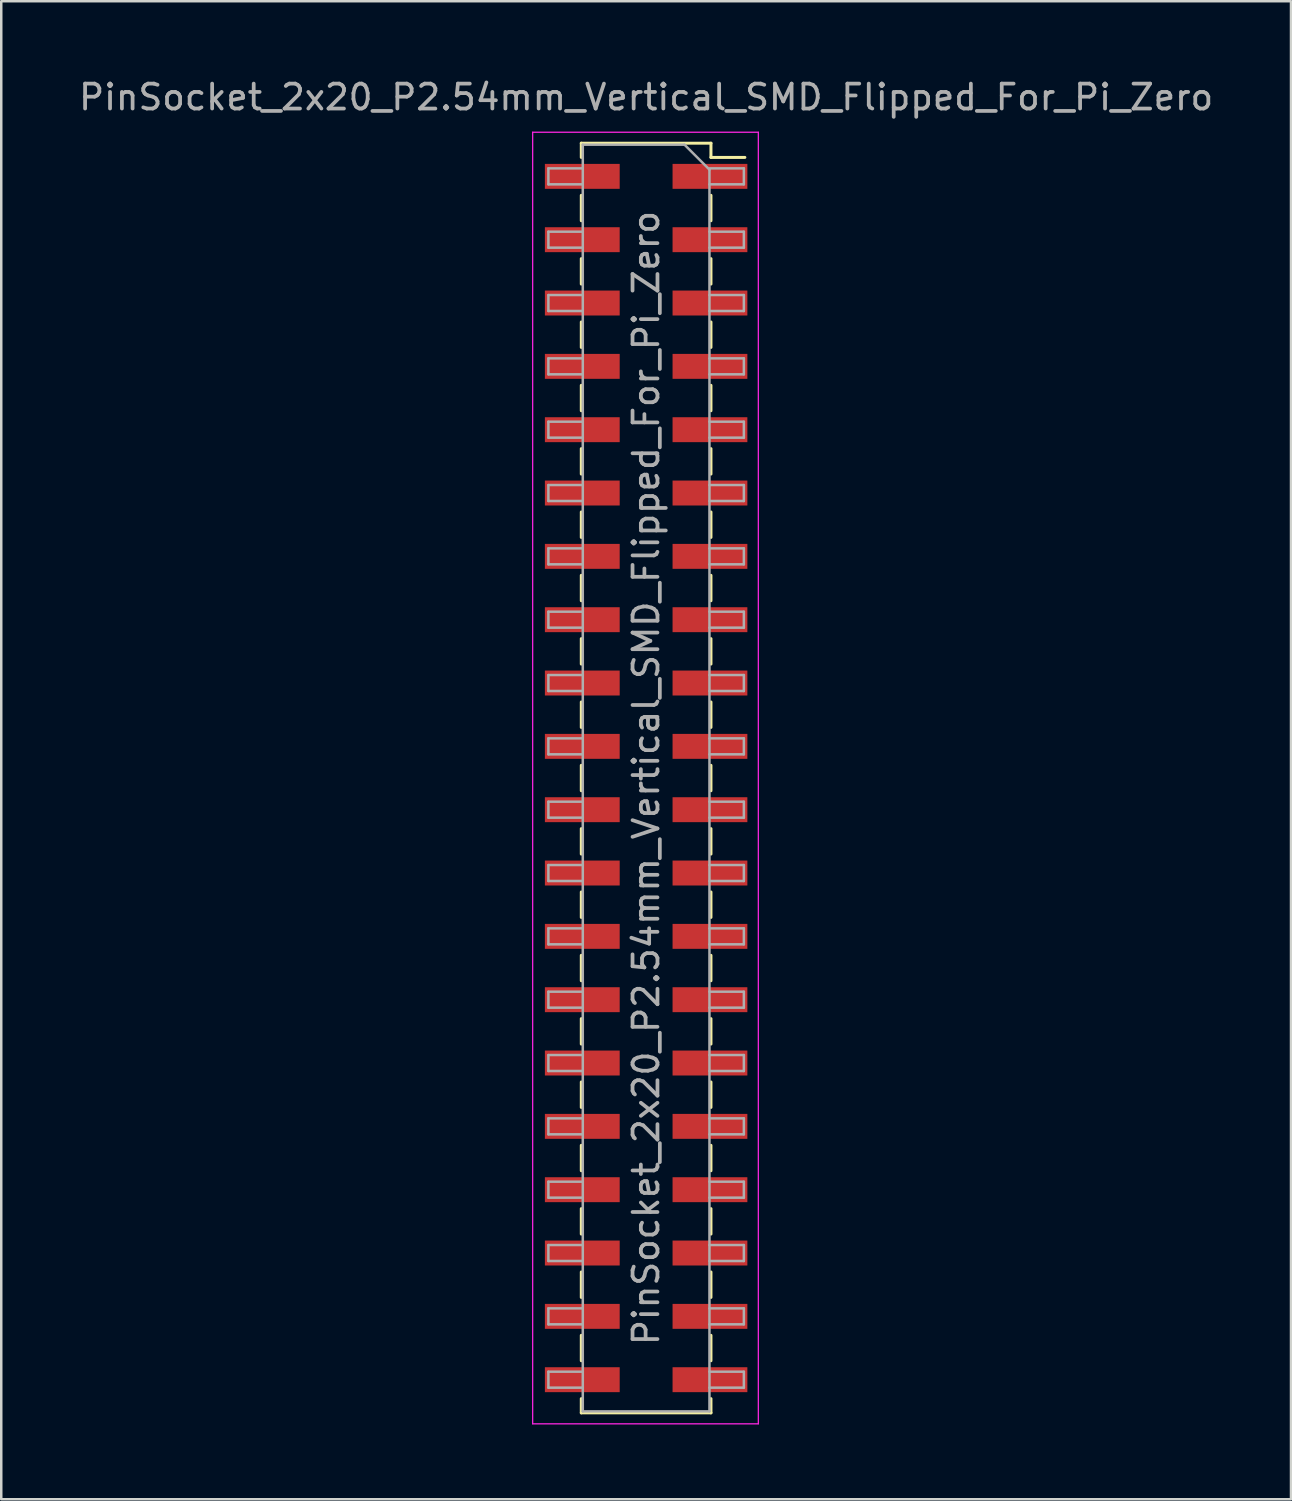
<source format=kicad_pcb>
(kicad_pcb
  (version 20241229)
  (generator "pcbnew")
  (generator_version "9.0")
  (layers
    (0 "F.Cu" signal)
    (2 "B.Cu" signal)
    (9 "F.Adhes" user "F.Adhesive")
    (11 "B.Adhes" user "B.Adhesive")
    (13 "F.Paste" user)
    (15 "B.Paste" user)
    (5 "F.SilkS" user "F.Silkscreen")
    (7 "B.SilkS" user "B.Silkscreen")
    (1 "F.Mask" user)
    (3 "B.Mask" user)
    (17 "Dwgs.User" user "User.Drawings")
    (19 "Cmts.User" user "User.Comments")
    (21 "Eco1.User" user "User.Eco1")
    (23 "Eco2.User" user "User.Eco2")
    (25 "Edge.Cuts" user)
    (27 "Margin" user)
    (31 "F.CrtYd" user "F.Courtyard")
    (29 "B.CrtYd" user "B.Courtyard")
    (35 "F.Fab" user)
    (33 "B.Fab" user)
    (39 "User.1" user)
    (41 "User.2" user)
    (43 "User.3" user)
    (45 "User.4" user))
  (footprint "PinSocket_2x20_P2.54mm_Vertical_SMD_Flipped_For_Pi_Zero"
    (layer "F.Cu")
    (at 22.863 28.153)
    (property "Reference" "PinSocket_2x20_P2.54mm_Vertical_SMD_Flipped_For_Pi_Zero" (at 0 -27.305 0) (layer "F.Fab") (effects (font (size 1 1) (thickness 0.15))))
    (attr smd)
    (fp_line (start -2.6 -25.46) (end -2.6 -24.89) (stroke (width 0.12) (type solid)) (layer "F.SilkS"))
    (fp_line (start -2.6 -25.46) (end 2.6 -25.46) (stroke (width 0.12) (type solid)) (layer "F.SilkS"))
    (fp_line (start -2.6 -23.37) (end -2.6 -22.35) (stroke (width 0.12) (type solid)) (layer "F.SilkS"))
    (fp_line (start -2.6 -20.83) (end -2.6 -19.81) (stroke (width 0.12) (type solid)) (layer "F.SilkS"))
    (fp_line (start -2.6 -18.29) (end -2.6 -17.27) (stroke (width 0.12) (type solid)) (layer "F.SilkS"))
    (fp_line (start -2.6 -15.75) (end -2.6 -14.73) (stroke (width 0.12) (type solid)) (layer "F.SilkS"))
    (fp_line (start -2.6 -13.21) (end -2.6 -12.19) (stroke (width 0.12) (type solid)) (layer "F.SilkS"))
    (fp_line (start -2.6 -10.67) (end -2.6 -9.65) (stroke (width 0.12) (type solid)) (layer "F.SilkS"))
    (fp_line (start -2.6 -8.13) (end -2.6 -7.11) (stroke (width 0.12) (type solid)) (layer "F.SilkS"))
    (fp_line (start -2.6 -5.59) (end -2.6 -4.57) (stroke (width 0.12) (type solid)) (layer "F.SilkS"))
    (fp_line (start -2.6 -3.05) (end -2.6 -2.03) (stroke (width 0.12) (type solid)) (layer "F.SilkS"))
    (fp_line (start -2.6 -0.51) (end -2.6 0.51) (stroke (width 0.12) (type solid)) (layer "F.SilkS"))
    (fp_line (start -2.6 2.03) (end -2.6 3.05) (stroke (width 0.12) (type solid)) (layer "F.SilkS"))
    (fp_line (start -2.6 4.57) (end -2.6 5.59) (stroke (width 0.12) (type solid)) (layer "F.SilkS"))
    (fp_line (start -2.6 7.11) (end -2.6 8.13) (stroke (width 0.12) (type solid)) (layer "F.SilkS"))
    (fp_line (start -2.6 9.65) (end -2.6 10.67) (stroke (width 0.12) (type solid)) (layer "F.SilkS"))
    (fp_line (start -2.6 12.19) (end -2.6 13.21) (stroke (width 0.12) (type solid)) (layer "F.SilkS"))
    (fp_line (start -2.6 14.73) (end -2.6 15.75) (stroke (width 0.12) (type solid)) (layer "F.SilkS"))
    (fp_line (start -2.6 17.27) (end -2.6 18.29) (stroke (width 0.12) (type solid)) (layer "F.SilkS"))
    (fp_line (start -2.6 19.81) (end -2.6 20.83) (stroke (width 0.12) (type solid)) (layer "F.SilkS"))
    (fp_line (start -2.6 22.35) (end -2.6 23.37) (stroke (width 0.12) (type solid)) (layer "F.SilkS"))
    (fp_line (start -2.6 24.89) (end -2.6 25.46) (stroke (width 0.12) (type solid)) (layer "F.SilkS"))
    (fp_line (start -2.6 25.46) (end 2.6 25.46) (stroke (width 0.12) (type solid)) (layer "F.SilkS"))
    (fp_line (start 2.6 -25.46) (end 2.6 -24.89) (stroke (width 0.12) (type solid)) (layer "F.SilkS"))
    (fp_line (start 2.6 -24.89) (end 3.96 -24.89) (stroke (width 0.12) (type solid)) (layer "F.SilkS"))
    (fp_line (start 2.6 -23.37) (end 2.6 -22.35) (stroke (width 0.12) (type solid)) (layer "F.SilkS"))
    (fp_line (start 2.6 -20.83) (end 2.6 -19.81) (stroke (width 0.12) (type solid)) (layer "F.SilkS"))
    (fp_line (start 2.6 -18.29) (end 2.6 -17.27) (stroke (width 0.12) (type solid)) (layer "F.SilkS"))
    (fp_line (start 2.6 -15.75) (end 2.6 -14.73) (stroke (width 0.12) (type solid)) (layer "F.SilkS"))
    (fp_line (start 2.6 -13.21) (end 2.6 -12.19) (stroke (width 0.12) (type solid)) (layer "F.SilkS"))
    (fp_line (start 2.6 -10.67) (end 2.6 -9.65) (stroke (width 0.12) (type solid)) (layer "F.SilkS"))
    (fp_line (start 2.6 -8.13) (end 2.6 -7.11) (stroke (width 0.12) (type solid)) (layer "F.SilkS"))
    (fp_line (start 2.6 -5.59) (end 2.6 -4.57) (stroke (width 0.12) (type solid)) (layer "F.SilkS"))
    (fp_line (start 2.6 -3.05) (end 2.6 -2.03) (stroke (width 0.12) (type solid)) (layer "F.SilkS"))
    (fp_line (start 2.6 -0.51) (end 2.6 0.51) (stroke (width 0.12) (type solid)) (layer "F.SilkS"))
    (fp_line (start 2.6 2.03) (end 2.6 3.05) (stroke (width 0.12) (type solid)) (layer "F.SilkS"))
    (fp_line (start 2.6 4.57) (end 2.6 5.59) (stroke (width 0.12) (type solid)) (layer "F.SilkS"))
    (fp_line (start 2.6 7.11) (end 2.6 8.13) (stroke (width 0.12) (type solid)) (layer "F.SilkS"))
    (fp_line (start 2.6 9.65) (end 2.6 10.67) (stroke (width 0.12) (type solid)) (layer "F.SilkS"))
    (fp_line (start 2.6 12.19) (end 2.6 13.21) (stroke (width 0.12) (type solid)) (layer "F.SilkS"))
    (fp_line (start 2.6 14.73) (end 2.6 15.75) (stroke (width 0.12) (type solid)) (layer "F.SilkS"))
    (fp_line (start 2.6 17.27) (end 2.6 18.29) (stroke (width 0.12) (type solid)) (layer "F.SilkS"))
    (fp_line (start 2.6 19.81) (end 2.6 20.83) (stroke (width 0.12) (type solid)) (layer "F.SilkS"))
    (fp_line (start 2.6 22.35) (end 2.6 23.37) (stroke (width 0.12) (type solid)) (layer "F.SilkS"))
    (fp_line (start 2.6 24.89) (end 2.6 25.46) (stroke (width 0.12) (type solid)) (layer "F.SilkS"))
    (fp_line (start -4.55 -25.9) (end 4.5 -25.9) (stroke (width 0.05) (type solid)) (layer "F.CrtYd"))
    (fp_line (start -4.55 25.9) (end -4.55 -25.9) (stroke (width 0.05) (type solid)) (layer "F.CrtYd"))
    (fp_line (start 4.5 -25.9) (end 4.5 25.9) (stroke (width 0.05) (type solid)) (layer "F.CrtYd"))
    (fp_line (start 4.5 25.9) (end -4.55 25.9) (stroke (width 0.05) (type solid)) (layer "F.CrtYd"))
    (fp_line (start -3.92 -24.45) (end -2.54 -24.45) (stroke (width 0.1) (type solid)) (layer "F.Fab"))
    (fp_line (start -3.92 -23.81) (end -3.92 -24.45) (stroke (width 0.1) (type solid)) (layer "F.Fab"))
    (fp_line (start -3.92 -21.91) (end -2.54 -21.91) (stroke (width 0.1) (type solid)) (layer "F.Fab"))
    (fp_line (start -3.92 -21.27) (end -3.92 -21.91) (stroke (width 0.1) (type solid)) (layer "F.Fab"))
    (fp_line (start -3.92 -19.37) (end -2.54 -19.37) (stroke (width 0.1) (type solid)) (layer "F.Fab"))
    (fp_line (start -3.92 -18.73) (end -3.92 -19.37) (stroke (width 0.1) (type solid)) (layer "F.Fab"))
    (fp_line (start -3.92 -16.83) (end -2.54 -16.83) (stroke (width 0.1) (type solid)) (layer "F.Fab"))
    (fp_line (start -3.92 -16.19) (end -3.92 -16.83) (stroke (width 0.1) (type solid)) (layer "F.Fab"))
    (fp_line (start -3.92 -14.29) (end -2.54 -14.29) (stroke (width 0.1) (type solid)) (layer "F.Fab"))
    (fp_line (start -3.92 -13.65) (end -3.92 -14.29) (stroke (width 0.1) (type solid)) (layer "F.Fab"))
    (fp_line (start -3.92 -11.75) (end -2.54 -11.75) (stroke (width 0.1) (type solid)) (layer "F.Fab"))
    (fp_line (start -3.92 -11.11) (end -3.92 -11.75) (stroke (width 0.1) (type solid)) (layer "F.Fab"))
    (fp_line (start -3.92 -9.21) (end -2.54 -9.21) (stroke (width 0.1) (type solid)) (layer "F.Fab"))
    (fp_line (start -3.92 -8.57) (end -3.92 -9.21) (stroke (width 0.1) (type solid)) (layer "F.Fab"))
    (fp_line (start -3.92 -6.67) (end -2.54 -6.67) (stroke (width 0.1) (type solid)) (layer "F.Fab"))
    (fp_line (start -3.92 -6.03) (end -3.92 -6.67) (stroke (width 0.1) (type solid)) (layer "F.Fab"))
    (fp_line (start -3.92 -4.13) (end -2.54 -4.13) (stroke (width 0.1) (type solid)) (layer "F.Fab"))
    (fp_line (start -3.92 -3.49) (end -3.92 -4.13) (stroke (width 0.1) (type solid)) (layer "F.Fab"))
    (fp_line (start -3.92 -1.59) (end -2.54 -1.59) (stroke (width 0.1) (type solid)) (layer "F.Fab"))
    (fp_line (start -3.92 -0.95) (end -3.92 -1.59) (stroke (width 0.1) (type solid)) (layer "F.Fab"))
    (fp_line (start -3.92 0.95) (end -2.54 0.95) (stroke (width 0.1) (type solid)) (layer "F.Fab"))
    (fp_line (start -3.92 1.59) (end -3.92 0.95) (stroke (width 0.1) (type solid)) (layer "F.Fab"))
    (fp_line (start -3.92 3.49) (end -2.54 3.49) (stroke (width 0.1) (type solid)) (layer "F.Fab"))
    (fp_line (start -3.92 4.13) (end -3.92 3.49) (stroke (width 0.1) (type solid)) (layer "F.Fab"))
    (fp_line (start -3.92 6.03) (end -2.54 6.03) (stroke (width 0.1) (type solid)) (layer "F.Fab"))
    (fp_line (start -3.92 6.67) (end -3.92 6.03) (stroke (width 0.1) (type solid)) (layer "F.Fab"))
    (fp_line (start -3.92 8.57) (end -2.54 8.57) (stroke (width 0.1) (type solid)) (layer "F.Fab"))
    (fp_line (start -3.92 9.21) (end -3.92 8.57) (stroke (width 0.1) (type solid)) (layer "F.Fab"))
    (fp_line (start -3.92 11.11) (end -2.54 11.11) (stroke (width 0.1) (type solid)) (layer "F.Fab"))
    (fp_line (start -3.92 11.75) (end -3.92 11.11) (stroke (width 0.1) (type solid)) (layer "F.Fab"))
    (fp_line (start -3.92 13.65) (end -2.54 13.65) (stroke (width 0.1) (type solid)) (layer "F.Fab"))
    (fp_line (start -3.92 14.29) (end -3.92 13.65) (stroke (width 0.1) (type solid)) (layer "F.Fab"))
    (fp_line (start -3.92 16.19) (end -2.54 16.19) (stroke (width 0.1) (type solid)) (layer "F.Fab"))
    (fp_line (start -3.92 16.83) (end -3.92 16.19) (stroke (width 0.1) (type solid)) (layer "F.Fab"))
    (fp_line (start -3.92 18.73) (end -2.54 18.73) (stroke (width 0.1) (type solid)) (layer "F.Fab"))
    (fp_line (start -3.92 19.37) (end -3.92 18.73) (stroke (width 0.1) (type solid)) (layer "F.Fab"))
    (fp_line (start -3.92 21.27) (end -2.54 21.27) (stroke (width 0.1) (type solid)) (layer "F.Fab"))
    (fp_line (start -3.92 21.91) (end -3.92 21.27) (stroke (width 0.1) (type solid)) (layer "F.Fab"))
    (fp_line (start -3.92 23.81) (end -2.54 23.81) (stroke (width 0.1) (type solid)) (layer "F.Fab"))
    (fp_line (start -3.92 24.45) (end -3.92 23.81) (stroke (width 0.1) (type solid)) (layer "F.Fab"))
    (fp_line (start -2.54 -25.4) (end 1.54 -25.4) (stroke (width 0.1) (type solid)) (layer "F.Fab"))
    (fp_line (start -2.54 -23.81) (end -3.92 -23.81) (stroke (width 0.1) (type solid)) (layer "F.Fab"))
    (fp_line (start -2.54 -21.27) (end -3.92 -21.27) (stroke (width 0.1) (type solid)) (layer "F.Fab"))
    (fp_line (start -2.54 -18.73) (end -3.92 -18.73) (stroke (width 0.1) (type solid)) (layer "F.Fab"))
    (fp_line (start -2.54 -16.19) (end -3.92 -16.19) (stroke (width 0.1) (type solid)) (layer "F.Fab"))
    (fp_line (start -2.54 -13.65) (end -3.92 -13.65) (stroke (width 0.1) (type solid)) (layer "F.Fab"))
    (fp_line (start -2.54 -11.11) (end -3.92 -11.11) (stroke (width 0.1) (type solid)) (layer "F.Fab"))
    (fp_line (start -2.54 -8.57) (end -3.92 -8.57) (stroke (width 0.1) (type solid)) (layer "F.Fab"))
    (fp_line (start -2.54 -6.03) (end -3.92 -6.03) (stroke (width 0.1) (type solid)) (layer "F.Fab"))
    (fp_line (start -2.54 -3.49) (end -3.92 -3.49) (stroke (width 0.1) (type solid)) (layer "F.Fab"))
    (fp_line (start -2.54 -0.95) (end -3.92 -0.95) (stroke (width 0.1) (type solid)) (layer "F.Fab"))
    (fp_line (start -2.54 1.59) (end -3.92 1.59) (stroke (width 0.1) (type solid)) (layer "F.Fab"))
    (fp_line (start -2.54 4.13) (end -3.92 4.13) (stroke (width 0.1) (type solid)) (layer "F.Fab"))
    (fp_line (start -2.54 6.67) (end -3.92 6.67) (stroke (width 0.1) (type solid)) (layer "F.Fab"))
    (fp_line (start -2.54 9.21) (end -3.92 9.21) (stroke (width 0.1) (type solid)) (layer "F.Fab"))
    (fp_line (start -2.54 11.75) (end -3.92 11.75) (stroke (width 0.1) (type solid)) (layer "F.Fab"))
    (fp_line (start -2.54 14.29) (end -3.92 14.29) (stroke (width 0.1) (type solid)) (layer "F.Fab"))
    (fp_line (start -2.54 16.83) (end -3.92 16.83) (stroke (width 0.1) (type solid)) (layer "F.Fab"))
    (fp_line (start -2.54 19.37) (end -3.92 19.37) (stroke (width 0.1) (type solid)) (layer "F.Fab"))
    (fp_line (start -2.54 21.91) (end -3.92 21.91) (stroke (width 0.1) (type solid)) (layer "F.Fab"))
    (fp_line (start -2.54 24.45) (end -3.92 24.45) (stroke (width 0.1) (type solid)) (layer "F.Fab"))
    (fp_line (start -2.54 25.4) (end -2.54 -25.4) (stroke (width 0.1) (type solid)) (layer "F.Fab"))
    (fp_line (start 1.54 -25.4) (end 2.54 -24.4) (stroke (width 0.1) (type solid)) (layer "F.Fab"))
    (fp_line (start 2.54 -24.45) (end 3.92 -24.45) (stroke (width 0.1) (type solid)) (layer "F.Fab"))
    (fp_line (start 2.54 -24.4) (end 2.54 25.4) (stroke (width 0.1) (type solid)) (layer "F.Fab"))
    (fp_line (start 2.54 -21.91) (end 3.92 -21.91) (stroke (width 0.1) (type solid)) (layer "F.Fab"))
    (fp_line (start 2.54 -19.37) (end 3.92 -19.37) (stroke (width 0.1) (type solid)) (layer "F.Fab"))
    (fp_line (start 2.54 -16.83) (end 3.92 -16.83) (stroke (width 0.1) (type solid)) (layer "F.Fab"))
    (fp_line (start 2.54 -14.29) (end 3.92 -14.29) (stroke (width 0.1) (type solid)) (layer "F.Fab"))
    (fp_line (start 2.54 -11.75) (end 3.92 -11.75) (stroke (width 0.1) (type solid)) (layer "F.Fab"))
    (fp_line (start 2.54 -9.21) (end 3.92 -9.21) (stroke (width 0.1) (type solid)) (layer "F.Fab"))
    (fp_line (start 2.54 -6.67) (end 3.92 -6.67) (stroke (width 0.1) (type solid)) (layer "F.Fab"))
    (fp_line (start 2.54 -4.13) (end 3.92 -4.13) (stroke (width 0.1) (type solid)) (layer "F.Fab"))
    (fp_line (start 2.54 -1.59) (end 3.92 -1.59) (stroke (width 0.1) (type solid)) (layer "F.Fab"))
    (fp_line (start 2.54 0.95) (end 3.92 0.95) (stroke (width 0.1) (type solid)) (layer "F.Fab"))
    (fp_line (start 2.54 3.49) (end 3.92 3.49) (stroke (width 0.1) (type solid)) (layer "F.Fab"))
    (fp_line (start 2.54 6.03) (end 3.92 6.03) (stroke (width 0.1) (type solid)) (layer "F.Fab"))
    (fp_line (start 2.54 8.57) (end 3.92 8.57) (stroke (width 0.1) (type solid)) (layer "F.Fab"))
    (fp_line (start 2.54 11.11) (end 3.92 11.11) (stroke (width 0.1) (type solid)) (layer "F.Fab"))
    (fp_line (start 2.54 13.65) (end 3.92 13.65) (stroke (width 0.1) (type solid)) (layer "F.Fab"))
    (fp_line (start 2.54 16.19) (end 3.92 16.19) (stroke (width 0.1) (type solid)) (layer "F.Fab"))
    (fp_line (start 2.54 18.73) (end 3.92 18.73) (stroke (width 0.1) (type solid)) (layer "F.Fab"))
    (fp_line (start 2.54 21.27) (end 3.92 21.27) (stroke (width 0.1) (type solid)) (layer "F.Fab"))
    (fp_line (start 2.54 23.81) (end 3.92 23.81) (stroke (width 0.1) (type solid)) (layer "F.Fab"))
    (fp_line (start 2.54 25.4) (end -2.54 25.4) (stroke (width 0.1) (type solid)) (layer "F.Fab"))
    (fp_line (start 3.92 -24.45) (end 3.92 -23.81) (stroke (width 0.1) (type solid)) (layer "F.Fab"))
    (fp_line (start 3.92 -23.81) (end 2.54 -23.81) (stroke (width 0.1) (type solid)) (layer "F.Fab"))
    (fp_line (start 3.92 -21.91) (end 3.92 -21.27) (stroke (width 0.1) (type solid)) (layer "F.Fab"))
    (fp_line (start 3.92 -21.27) (end 2.54 -21.27) (stroke (width 0.1) (type solid)) (layer "F.Fab"))
    (fp_line (start 3.92 -19.37) (end 3.92 -18.73) (stroke (width 0.1) (type solid)) (layer "F.Fab"))
    (fp_line (start 3.92 -18.73) (end 2.54 -18.73) (stroke (width 0.1) (type solid)) (layer "F.Fab"))
    (fp_line (start 3.92 -16.83) (end 3.92 -16.19) (stroke (width 0.1) (type solid)) (layer "F.Fab"))
    (fp_line (start 3.92 -16.19) (end 2.54 -16.19) (stroke (width 0.1) (type solid)) (layer "F.Fab"))
    (fp_line (start 3.92 -14.29) (end 3.92 -13.65) (stroke (width 0.1) (type solid)) (layer "F.Fab"))
    (fp_line (start 3.92 -13.65) (end 2.54 -13.65) (stroke (width 0.1) (type solid)) (layer "F.Fab"))
    (fp_line (start 3.92 -11.75) (end 3.92 -11.11) (stroke (width 0.1) (type solid)) (layer "F.Fab"))
    (fp_line (start 3.92 -11.11) (end 2.54 -11.11) (stroke (width 0.1) (type solid)) (layer "F.Fab"))
    (fp_line (start 3.92 -9.21) (end 3.92 -8.57) (stroke (width 0.1) (type solid)) (layer "F.Fab"))
    (fp_line (start 3.92 -8.57) (end 2.54 -8.57) (stroke (width 0.1) (type solid)) (layer "F.Fab"))
    (fp_line (start 3.92 -6.67) (end 3.92 -6.03) (stroke (width 0.1) (type solid)) (layer "F.Fab"))
    (fp_line (start 3.92 -6.03) (end 2.54 -6.03) (stroke (width 0.1) (type solid)) (layer "F.Fab"))
    (fp_line (start 3.92 -4.13) (end 3.92 -3.49) (stroke (width 0.1) (type solid)) (layer "F.Fab"))
    (fp_line (start 3.92 -3.49) (end 2.54 -3.49) (stroke (width 0.1) (type solid)) (layer "F.Fab"))
    (fp_line (start 3.92 -1.59) (end 3.92 -0.95) (stroke (width 0.1) (type solid)) (layer "F.Fab"))
    (fp_line (start 3.92 -0.95) (end 2.54 -0.95) (stroke (width 0.1) (type solid)) (layer "F.Fab"))
    (fp_line (start 3.92 0.95) (end 3.92 1.59) (stroke (width 0.1) (type solid)) (layer "F.Fab"))
    (fp_line (start 3.92 1.59) (end 2.54 1.59) (stroke (width 0.1) (type solid)) (layer "F.Fab"))
    (fp_line (start 3.92 3.49) (end 3.92 4.13) (stroke (width 0.1) (type solid)) (layer "F.Fab"))
    (fp_line (start 3.92 4.13) (end 2.54 4.13) (stroke (width 0.1) (type solid)) (layer "F.Fab"))
    (fp_line (start 3.92 6.03) (end 3.92 6.67) (stroke (width 0.1) (type solid)) (layer "F.Fab"))
    (fp_line (start 3.92 6.67) (end 2.54 6.67) (stroke (width 0.1) (type solid)) (layer "F.Fab"))
    (fp_line (start 3.92 8.57) (end 3.92 9.21) (stroke (width 0.1) (type solid)) (layer "F.Fab"))
    (fp_line (start 3.92 9.21) (end 2.54 9.21) (stroke (width 0.1) (type solid)) (layer "F.Fab"))
    (fp_line (start 3.92 11.11) (end 3.92 11.75) (stroke (width 0.1) (type solid)) (layer "F.Fab"))
    (fp_line (start 3.92 11.75) (end 2.54 11.75) (stroke (width 0.1) (type solid)) (layer "F.Fab"))
    (fp_line (start 3.92 13.65) (end 3.92 14.29) (stroke (width 0.1) (type solid)) (layer "F.Fab"))
    (fp_line (start 3.92 14.29) (end 2.54 14.29) (stroke (width 0.1) (type solid)) (layer "F.Fab"))
    (fp_line (start 3.92 16.19) (end 3.92 16.83) (stroke (width 0.1) (type solid)) (layer "F.Fab"))
    (fp_line (start 3.92 16.83) (end 2.54 16.83) (stroke (width 0.1) (type solid)) (layer "F.Fab"))
    (fp_line (start 3.92 18.73) (end 3.92 19.37) (stroke (width 0.1) (type solid)) (layer "F.Fab"))
    (fp_line (start 3.92 19.37) (end 2.54 19.37) (stroke (width 0.1) (type solid)) (layer "F.Fab"))
    (fp_line (start 3.92 21.27) (end 3.92 21.91) (stroke (width 0.1) (type solid)) (layer "F.Fab"))
    (fp_line (start 3.92 21.91) (end 2.54 21.91) (stroke (width 0.1) (type solid)) (layer "F.Fab"))
    (fp_line (start 3.92 23.81) (end 3.92 24.45) (stroke (width 0.1) (type solid)) (layer "F.Fab"))
    (fp_line (start 3.92 24.45) (end 2.54 24.45) (stroke (width 0.1) (type solid)) (layer "F.Fab"))
    (fp_text user "${REFERENCE}" (at 0 0 90) (layer "F.Fab") (effects (font (size 1 1) (thickness 0.15))))
    (pad "1" smd rect (at -2.56 -24.13) (size 3 1) (layers "F.Cu" "F.Mask" "F.Paste"))
    (pad "2" smd rect (at 2.56 -24.13) (size 3 1) (layers "F.Cu" "F.Mask" "F.Paste"))
    (pad "3" smd rect (at -2.56 -21.59) (size 3 1) (layers "F.Cu" "F.Mask" "F.Paste"))
    (pad "4" smd rect (at 2.56 -21.59) (size 3 1) (layers "F.Cu" "F.Mask" "F.Paste"))
    (pad "5" smd rect (at -2.56 -19.05) (size 3 1) (layers "F.Cu" "F.Mask" "F.Paste"))
    (pad "6" smd rect (at 2.56 -19.05) (size 3 1) (layers "F.Cu" "F.Mask" "F.Paste"))
    (pad "7" smd rect (at -2.56 -16.51) (size 3 1) (layers "F.Cu" "F.Mask" "F.Paste"))
    (pad "8" smd rect (at 2.56 -16.51) (size 3 1) (layers "F.Cu" "F.Mask" "F.Paste"))
    (pad "9" smd rect (at -2.56 -13.97) (size 3 1) (layers "F.Cu" "F.Mask" "F.Paste"))
    (pad "10" smd rect (at 2.56 -13.97) (size 3 1) (layers "F.Cu" "F.Mask" "F.Paste"))
    (pad "11" smd rect (at -2.56 -11.43) (size 3 1) (layers "F.Cu" "F.Mask" "F.Paste"))
    (pad "12" smd rect (at 2.56 -11.43) (size 3 1) (layers "F.Cu" "F.Mask" "F.Paste"))
    (pad "13" smd rect (at -2.56 -8.89) (size 3 1) (layers "F.Cu" "F.Mask" "F.Paste"))
    (pad "14" smd rect (at 2.56 -8.89) (size 3 1) (layers "F.Cu" "F.Mask" "F.Paste"))
    (pad "15" smd rect (at -2.56 -6.35) (size 3 1) (layers "F.Cu" "F.Mask" "F.Paste"))
    (pad "16" smd rect (at 2.56 -6.35) (size 3 1) (layers "F.Cu" "F.Mask" "F.Paste"))
    (pad "17" smd rect (at -2.56 -3.81) (size 3 1) (layers "F.Cu" "F.Mask" "F.Paste"))
    (pad "18" smd rect (at 2.56 -3.81) (size 3 1) (layers "F.Cu" "F.Mask" "F.Paste"))
    (pad "19" smd rect (at -2.56 -1.27) (size 3 1) (layers "F.Cu" "F.Mask" "F.Paste"))
    (pad "20" smd rect (at 2.56 -1.27) (size 3 1) (layers "F.Cu" "F.Mask" "F.Paste"))
    (pad "21" smd rect (at -2.56 1.27) (size 3 1) (layers "F.Cu" "F.Mask" "F.Paste"))
    (pad "22" smd rect (at 2.56 1.27) (size 3 1) (layers "F.Cu" "F.Mask" "F.Paste"))
    (pad "23" smd rect (at -2.56 3.81) (size 3 1) (layers "F.Cu" "F.Mask" "F.Paste"))
    (pad "24" smd rect (at 2.56 3.81) (size 3 1) (layers "F.Cu" "F.Mask" "F.Paste"))
    (pad "25" smd rect (at -2.56 6.35) (size 3 1) (layers "F.Cu" "F.Mask" "F.Paste"))
    (pad "26" smd rect (at 2.56 6.35) (size 3 1) (layers "F.Cu" "F.Mask" "F.Paste"))
    (pad "27" smd rect (at -2.56 8.89) (size 3 1) (layers "F.Cu" "F.Mask" "F.Paste"))
    (pad "28" smd rect (at 2.56 8.89) (size 3 1) (layers "F.Cu" "F.Mask" "F.Paste"))
    (pad "29" smd rect (at -2.56 11.43) (size 3 1) (layers "F.Cu" "F.Mask" "F.Paste"))
    (pad "30" smd rect (at 2.56 11.43) (size 3 1) (layers "F.Cu" "F.Mask" "F.Paste"))
    (pad "31" smd rect (at -2.56 13.97) (size 3 1) (layers "F.Cu" "F.Mask" "F.Paste"))
    (pad "32" smd rect (at 2.56 13.97) (size 3 1) (layers "F.Cu" "F.Mask" "F.Paste"))
    (pad "33" smd rect (at -2.56 16.51) (size 3 1) (layers "F.Cu" "F.Mask" "F.Paste"))
    (pad "34" smd rect (at 2.56 16.51) (size 3 1) (layers "F.Cu" "F.Mask" "F.Paste"))
    (pad "35" smd rect (at -2.56 19.05) (size 3 1) (layers "F.Cu" "F.Mask" "F.Paste"))
    (pad "36" smd rect (at 2.56 19.05) (size 3 1) (layers "F.Cu" "F.Mask" "F.Paste"))
    (pad "37" smd rect (at -2.56 21.59) (size 3 1) (layers "F.Cu" "F.Mask" "F.Paste"))
    (pad "38" smd rect (at 2.56 21.59) (size 3 1) (layers "F.Cu" "F.Mask" "F.Paste"))
    (pad "39" smd rect (at -2.56 24.13) (size 3 1) (layers "F.Cu" "F.Mask" "F.Paste"))
    (pad "40" smd rect (at 2.56 24.13) (size 3 1) (layers "F.Cu" "F.Mask" "F.Paste")))
  (gr_rect
    (start -3 -3)
    (end 48.726 57.078)
    (stroke (width 0.1) (type default))
    (fill no)
    (layer "Edge.Cuts")))
</source>
